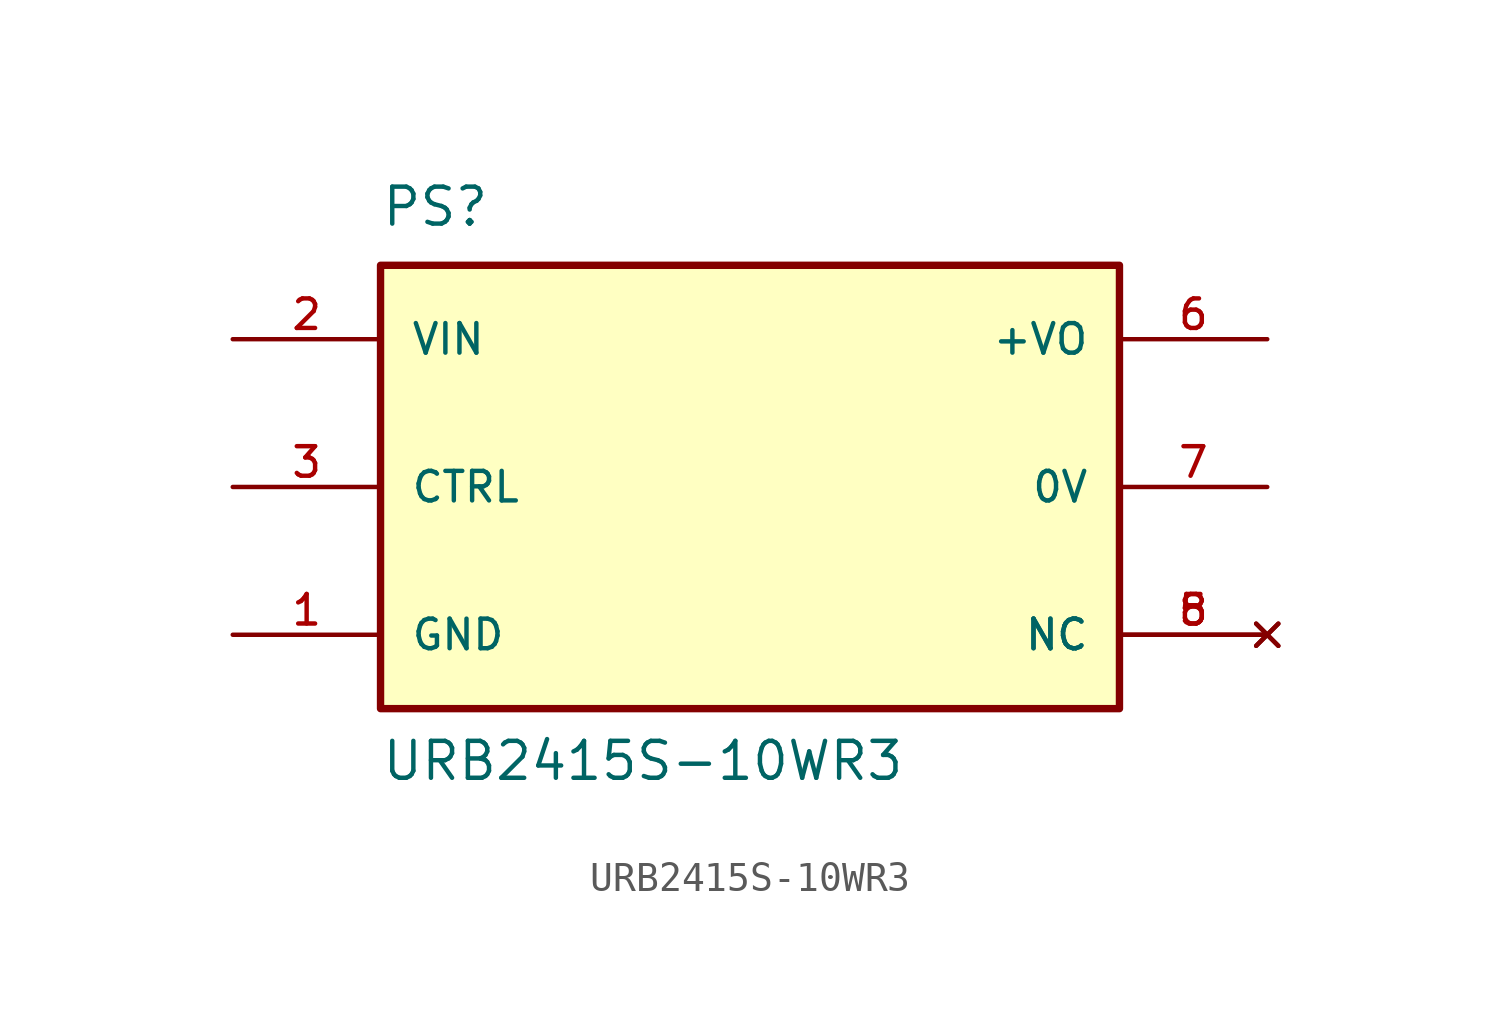
<source format=kicad_sym>
(kicad_symbol_lib
  (version 20211014)
  (generator kicad_symbol_editor)
  (symbol "URB2415S-10WR3"
    (pin_names
      (offset 1.016))
    (property "Reference" "PS"
      (at -12.7 8.89 0)
      (effects (font (size 1.27 1.27)) (justify bottom left)))
    (property "Value" "URB2415S-10WR3"
      (at -12.7 -10.16 0)
      (effects (font (size 1.27 1.27)) (justify bottom left)))
    (symbol "URB2415S-10WR3_0_0"
      (rectangle (start -12.7 -7.62) (end 12.7 7.62) (stroke (width 0.254)) (fill (type background)))
      (pin input line (at -17.78 5.08 0) (length 5.08) (name "VIN" (effects (font (size 1.016 1.016)))) (number "2" (effects (font (size 1.016 1.016)))))
      (pin output line (at 17.78 5.08 180.0) (length 5.08) (name "+VO" (effects (font (size 1.016 1.016)))) (number "6" (effects (font (size 1.016 1.016)))))
      (pin power_in line (at -17.78 -5.08 0) (length 5.08) (name "GND" (effects (font (size 1.016 1.016)))) (number "1" (effects (font (size 1.016 1.016)))))
      (pin passive line (at 17.78 0.0 180.0) (length 5.08) (name "0V" (effects (font (size 1.016 1.016)))) (number "7" (effects (font (size 1.016 1.016)))))
      (pin no_connect line (at 17.78 -5.08 180.0) (length 5.08) (name "NC" (effects (font (size 1.016 1.016)))) (number "5" (effects (font (size 1.016 1.016)))))
      (pin no_connect line (at 17.78 -5.08 180.0) (length 5.08) (name "NC" (effects (font (size 1.016 1.016)))) (number "8" (effects (font (size 1.016 1.016)))))
      (pin input line (at -17.78 0.0 0) (length 5.08) (name "CTRL" (effects (font (size 1.016 1.016)))) (number "3" (effects (font (size 1.016 1.016))))))))
</source>
